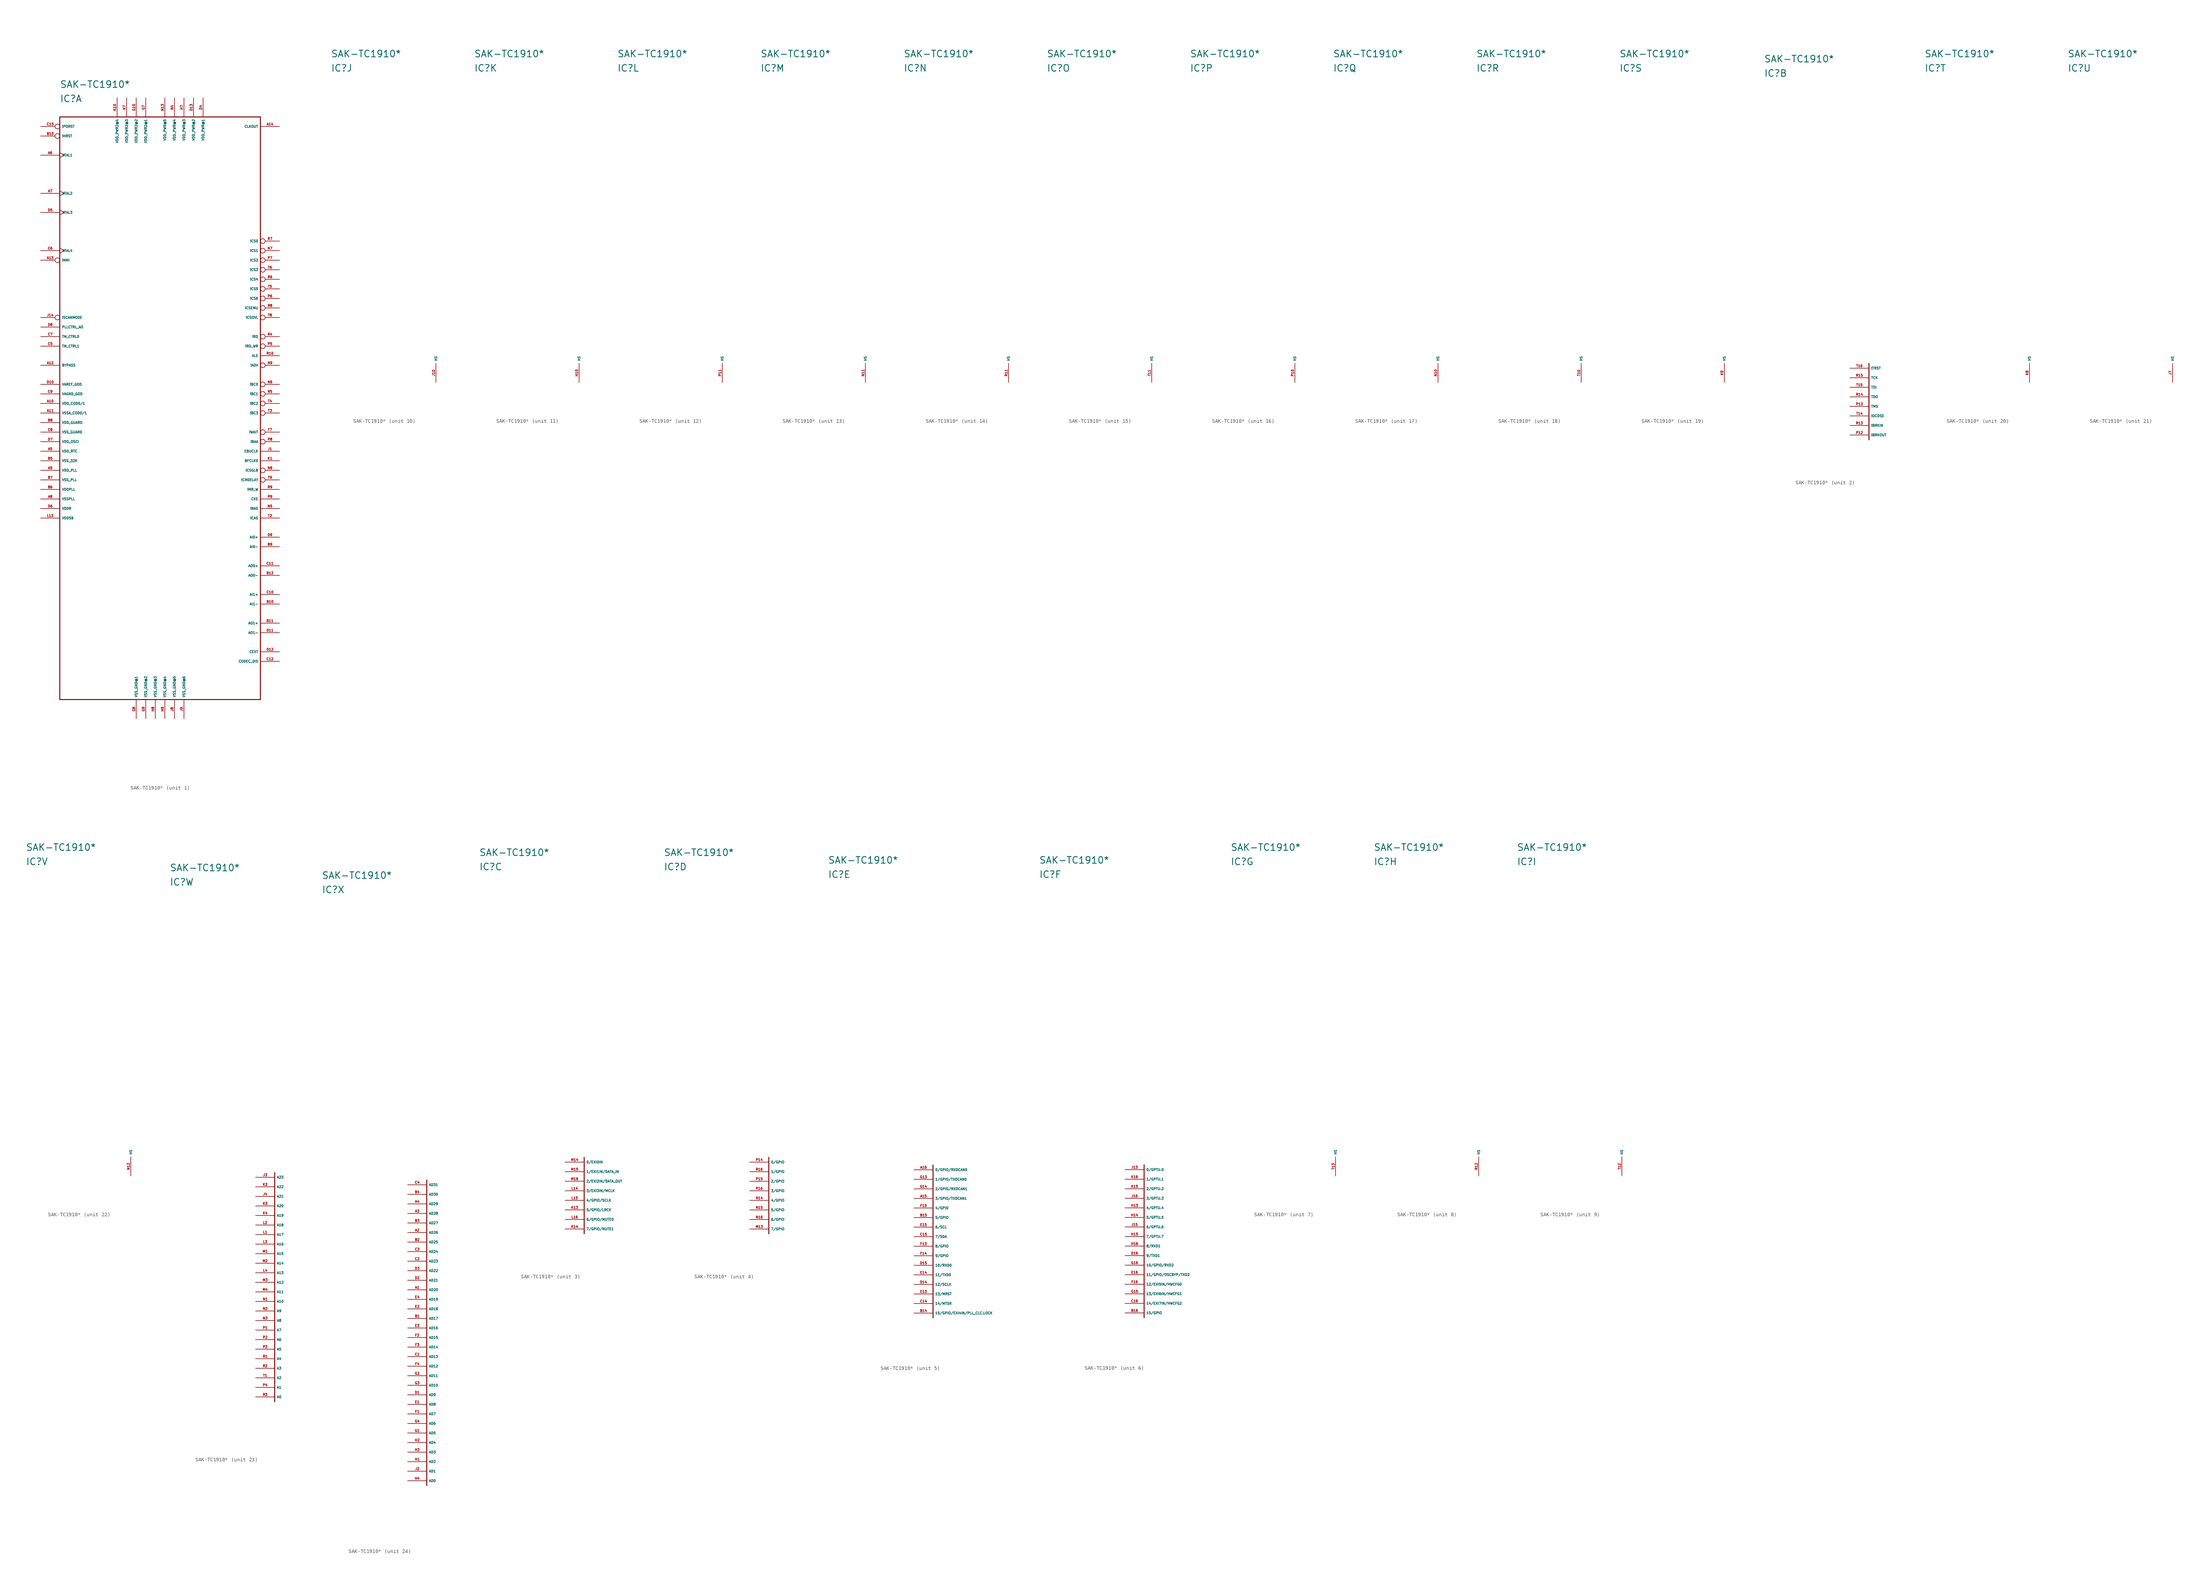
<source format=kicad_sym>
(kicad_symbol_lib
  (version 20220914)
  (generator Eagle2Kicad)
  (symbol "SAK-TC1910*"
    (property "Reference" "IC"
      (at -27.94 77.47 0)
      (effects (font (size 1.778 1.778) (thickness 0.22)) (justify left bottom)))
    (property "Value" "SAK-TC1910*"
      (at -27.94 81.28 0)
      (effects (font (size 1.778 1.778) (thickness 0.22)) (justify left bottom)))
    (symbol "SAK-TC1910*_1_0"
      (polyline (pts (xy 25.4 73.66) (xy 25.4 -81.28)) (stroke (width 0.254) (type default)) (fill (type none)))
      (polyline (pts (xy 25.4 -81.28) (xy -27.94 -81.28)) (stroke (width 0.254) (type default)) (fill (type none)))
      (polyline (pts (xy -27.94 -81.28) (xy -27.94 73.66)) (stroke (width 0.254) (type default)) (fill (type none)))
      (polyline (pts (xy -27.94 73.66) (xy 25.4 73.66)) (stroke (width 0.254) (type default)) (fill (type none)))
      (pin bidirectional inverted (at 30.48 15.24 180) (length 5.08) (name "!RD" (effects (font (size 0.635 0.635) (thickness 0.08)) (justify left bottom))) (number "R4" (effects (font (size 0.635 0.635) (thickness 0.08)) (justify left bottom))))
      (pin output inverted (at 30.48 40.64 180) (length 5.08) (name "!CS0" (effects (font (size 0.635 0.635) (thickness 0.08)) (justify left bottom))) (number "R7" (effects (font (size 0.635 0.635) (thickness 0.08)) (justify left bottom))))
      (pin input inverted (at -33.02 71.12 0) (length 5.08) (name "!PORST" (effects (font (size 0.635 0.635) (thickness 0.08)) (justify left bottom))) (number "C13" (effects (font (size 0.635 0.635) (thickness 0.08)) (justify left bottom))))
      (pin output line (at 30.48 71.12 180) (length 5.08) (name "CLKOUT" (effects (font (size 0.635 0.635) (thickness 0.08)) (justify left bottom))) (number "A14" (effects (font (size 0.635 0.635) (thickness 0.08)) (justify left bottom))))
      (pin bidirectional inverted (at 30.48 -10.16 180) (length 5.08) (name "!WAIT" (effects (font (size 0.635 0.635) (thickness 0.08)) (justify left bottom))) (number "T7" (effects (font (size 0.635 0.635) (thickness 0.08)) (justify left bottom))))
      (pin output line (at 30.48 -25.4 180) (length 5.08) (name "!MR_W" (effects (font (size 0.635 0.635) (thickness 0.08)) (justify left bottom))) (number "R9" (effects (font (size 0.635 0.635) (thickness 0.08)) (justify left bottom))))
      (pin output line (at 30.48 10.16 180) (length 5.08) (name "ALE" (effects (font (size 0.635 0.635) (thickness 0.08)) (justify left bottom))) (number "R10" (effects (font (size 0.635 0.635) (thickness 0.08)) (justify left bottom))))
      (pin output inverted (at 30.48 -12.7 180) (length 5.08) (name "!BAA" (effects (font (size 0.635 0.635) (thickness 0.08)) (justify left bottom))) (number "P8" (effects (font (size 0.635 0.635) (thickness 0.08)) (justify left bottom))))
      (pin output line (at 30.48 -30.48 180) (length 5.08) (name "!RAS" (effects (font (size 0.635 0.635) (thickness 0.08)) (justify left bottom))) (number "N5" (effects (font (size 0.635 0.635) (thickness 0.08)) (justify left bottom))))
      (pin output line (at 30.48 -33.02 180) (length 5.08) (name "!CAS" (effects (font (size 0.635 0.635) (thickness 0.08)) (justify left bottom))) (number "T2" (effects (font (size 0.635 0.635) (thickness 0.08)) (justify left bottom))))
      (pin output inverted (at 30.48 38.1 180) (length 5.08) (name "!CS1" (effects (font (size 0.635 0.635) (thickness 0.08)) (justify left bottom))) (number "N7" (effects (font (size 0.635 0.635) (thickness 0.08)) (justify left bottom))))
      (pin output inverted (at 30.48 35.56 180) (length 5.08) (name "!CS2" (effects (font (size 0.635 0.635) (thickness 0.08)) (justify left bottom))) (number "P7" (effects (font (size 0.635 0.635) (thickness 0.08)) (justify left bottom))))
      (pin output inverted (at 30.48 33.02 180) (length 5.08) (name "!CS3" (effects (font (size 0.635 0.635) (thickness 0.08)) (justify left bottom))) (number "T6" (effects (font (size 0.635 0.635) (thickness 0.08)) (justify left bottom))))
      (pin output inverted (at 30.48 30.48 180) (length 5.08) (name "!CS4" (effects (font (size 0.635 0.635) (thickness 0.08)) (justify left bottom))) (number "R6" (effects (font (size 0.635 0.635) (thickness 0.08)) (justify left bottom))))
      (pin output inverted (at 30.48 27.94 180) (length 5.08) (name "!CS5" (effects (font (size 0.635 0.635) (thickness 0.08)) (justify left bottom))) (number "T5" (effects (font (size 0.635 0.635) (thickness 0.08)) (justify left bottom))))
      (pin output inverted (at 30.48 25.4 180) (length 5.08) (name "!CS6" (effects (font (size 0.635 0.635) (thickness 0.08)) (justify left bottom))) (number "P6" (effects (font (size 0.635 0.635) (thickness 0.08)) (justify left bottom))))
      (pin output inverted (at 30.48 -20.32 180) (length 5.08) (name "!CSGLB" (effects (font (size 0.635 0.635) (thickness 0.08)) (justify left bottom))) (number "N8" (effects (font (size 0.635 0.635) (thickness 0.08)) (justify left bottom))))
      (pin output line (at 30.48 -27.94 180) (length 5.08) (name "CKE" (effects (font (size 0.635 0.635) (thickness 0.08)) (justify left bottom))) (number "P9" (effects (font (size 0.635 0.635) (thickness 0.08)) (justify left bottom))))
      (pin output line (at 30.48 -15.24 180) (length 5.08) (name "EBUCLK" (effects (font (size 0.635 0.635) (thickness 0.08)) (justify left bottom))) (number "J1" (effects (font (size 0.635 0.635) (thickness 0.08)) (justify left bottom))))
      (pin output inverted (at 30.48 7.62 180) (length 5.08) (name "!ADV" (effects (font (size 0.635 0.635) (thickness 0.08)) (justify left bottom))) (number "N9" (effects (font (size 0.635 0.635) (thickness 0.08)) (justify left bottom))))
      (pin input inverted (at 30.48 -22.86 180) (length 5.08) (name "!CMDELAY" (effects (font (size 0.635 0.635) (thickness 0.08)) (justify left bottom))) (number "T9" (effects (font (size 0.635 0.635) (thickness 0.08)) (justify left bottom))))
      (pin input inverted (at -33.02 20.32 0) (length 5.08) (name "!SCANMODE" (effects (font (size 0.635 0.635) (thickness 0.08)) (justify left bottom))) (number "J14" (effects (font (size 0.635 0.635) (thickness 0.08)) (justify left bottom))))
      (pin input line (at -33.02 15.24 0) (length 5.08) (name "TM_CTRL0" (effects (font (size 0.635 0.635) (thickness 0.08)) (justify left bottom))) (number "C7" (effects (font (size 0.635 0.635) (thickness 0.08)) (justify left bottom))))
      (pin input line (at -33.02 12.7 0) (length 5.08) (name "TM_CTRL1" (effects (font (size 0.635 0.635) (thickness 0.08)) (justify left bottom))) (number "C5" (effects (font (size 0.635 0.635) (thickness 0.08)) (justify left bottom))))
      (pin input clock (at -33.02 63.5 0) (length 5.08) (name "XTAL1" (effects (font (size 0.635 0.635) (thickness 0.08)) (justify left bottom))) (number "A6" (effects (font (size 0.635 0.635) (thickness 0.08)) (justify left bottom))))
      (pin output clock (at -33.02 53.34 0) (length 5.08) (name "XTAL2" (effects (font (size 0.635 0.635) (thickness 0.08)) (justify left bottom))) (number "A7" (effects (font (size 0.635 0.635) (thickness 0.08)) (justify left bottom))))
      (pin bidirectional inverted (at 30.48 2.54 180) (length 5.08) (name "!BC0" (effects (font (size 0.635 0.635) (thickness 0.08)) (justify left bottom))) (number "N6" (effects (font (size 0.635 0.635) (thickness 0.08)) (justify left bottom))))
      (pin bidirectional inverted (at 30.48 0 180) (length 5.08) (name "!BC1" (effects (font (size 0.635 0.635) (thickness 0.08)) (justify left bottom))) (number "R5" (effects (font (size 0.635 0.635) (thickness 0.08)) (justify left bottom))))
      (pin bidirectional inverted (at 30.48 -2.54 180) (length 5.08) (name "!BC2" (effects (font (size 0.635 0.635) (thickness 0.08)) (justify left bottom))) (number "T4" (effects (font (size 0.635 0.635) (thickness 0.08)) (justify left bottom))))
      (pin bidirectional inverted (at 30.48 -5.08 180) (length 5.08) (name "!BC3" (effects (font (size 0.635 0.635) (thickness 0.08)) (justify left bottom))) (number "T3" (effects (font (size 0.635 0.635) (thickness 0.08)) (justify left bottom))))
      (pin bidirectional inverted (at 30.48 12.7 180) (length 5.08) (name "!RD_WR" (effects (font (size 0.635 0.635) (thickness 0.08)) (justify left bottom))) (number "P5" (effects (font (size 0.635 0.635) (thickness 0.08)) (justify left bottom))))
      (pin output line (at 30.48 -17.78 180) (length 5.08) (name "BFCLK0" (effects (font (size 0.635 0.635) (thickness 0.08)) (justify left bottom))) (number "K1" (effects (font (size 0.635 0.635) (thickness 0.08)) (justify left bottom))))
      (pin input line (at 30.48 -38.1 180) (length 5.08) (name "AI0+" (effects (font (size 0.635 0.635) (thickness 0.08)) (justify left bottom))) (number "D9" (effects (font (size 0.635 0.635) (thickness 0.08)) (justify left bottom))))
      (pin input line (at 30.48 -40.64 180) (length 5.08) (name "AI0-" (effects (font (size 0.635 0.635) (thickness 0.08)) (justify left bottom))) (number "B9" (effects (font (size 0.635 0.635) (thickness 0.08)) (justify left bottom))))
      (pin output line (at 30.48 -45.72 180) (length 5.08) (name "AO0+" (effects (font (size 0.635 0.635) (thickness 0.08)) (justify left bottom))) (number "C11" (effects (font (size 0.635 0.635) (thickness 0.08)) (justify left bottom))))
      (pin output line (at 30.48 -48.26 180) (length 5.08) (name "AO0-" (effects (font (size 0.635 0.635) (thickness 0.08)) (justify left bottom))) (number "B12" (effects (font (size 0.635 0.635) (thickness 0.08)) (justify left bottom))))
      (pin input line (at 30.48 -53.34 180) (length 5.08) (name "AI1+" (effects (font (size 0.635 0.635) (thickness 0.08)) (justify left bottom))) (number "C10" (effects (font (size 0.635 0.635) (thickness 0.08)) (justify left bottom))))
      (pin input line (at 30.48 -55.88 180) (length 5.08) (name "AI1-" (effects (font (size 0.635 0.635) (thickness 0.08)) (justify left bottom))) (number "B10" (effects (font (size 0.635 0.635) (thickness 0.08)) (justify left bottom))))
      (pin output line (at 30.48 -60.96 180) (length 5.08) (name "AO1+" (effects (font (size 0.635 0.635) (thickness 0.08)) (justify left bottom))) (number "B11" (effects (font (size 0.635 0.635) (thickness 0.08)) (justify left bottom))))
      (pin output line (at 30.48 -63.5 180) (length 5.08) (name "AO1-" (effects (font (size 0.635 0.635) (thickness 0.08)) (justify left bottom))) (number "D11" (effects (font (size 0.635 0.635) (thickness 0.08)) (justify left bottom))))
      (pin input line (at 30.48 -68.58 180) (length 5.08) (name "CEXT" (effects (font (size 0.635 0.635) (thickness 0.08)) (justify left bottom))) (number "D12" (effects (font (size 0.635 0.635) (thickness 0.08)) (justify left bottom))))
      (pin input line (at 30.48 -71.12 180) (length 5.08) (name "CODEC_DIS" (effects (font (size 0.635 0.635) (thickness 0.08)) (justify left bottom))) (number "C12" (effects (font (size 0.635 0.635) (thickness 0.08)) (justify left bottom))))
      (pin output inverted (at 30.48 22.86 180) (length 5.08) (name "!CSEMU" (effects (font (size 0.635 0.635) (thickness 0.08)) (justify left bottom))) (number "R8" (effects (font (size 0.635 0.635) (thickness 0.08)) (justify left bottom))))
      (pin output inverted (at 30.48 20.32 180) (length 5.08) (name "!CSOVL" (effects (font (size 0.635 0.635) (thickness 0.08)) (justify left bottom))) (number "T8" (effects (font (size 0.635 0.635) (thickness 0.08)) (justify left bottom))))
      (pin input line (at -33.02 17.78 0) (length 5.08) (name "PLLCTRL_AO" (effects (font (size 0.635 0.635) (thickness 0.08)) (justify left bottom))) (number "D8" (effects (font (size 0.635 0.635) (thickness 0.08)) (justify left bottom))))
      (pin input clock (at -33.02 48.26 0) (length 5.08) (name "XTAL3" (effects (font (size 0.635 0.635) (thickness 0.08)) (justify left bottom))) (number "D5" (effects (font (size 0.635 0.635) (thickness 0.08)) (justify left bottom))))
      (pin output clock (at -33.02 38.1 0) (length 5.08) (name "XTAL4" (effects (font (size 0.635 0.635) (thickness 0.08)) (justify left bottom))) (number "C6" (effects (font (size 0.635 0.635) (thickness 0.08)) (justify left bottom))))
      (pin input line (at -33.02 2.54 0) (length 5.08) (name "VAREF_GOD" (effects (font (size 0.635 0.635) (thickness 0.08)) (justify left bottom))) (number "D10" (effects (font (size 0.635 0.635) (thickness 0.08)) (justify left bottom))))
      (pin input line (at -33.02 0 0) (length 5.08) (name "VAGND_GOD" (effects (font (size 0.635 0.635) (thickness 0.08)) (justify left bottom))) (number "C9" (effects (font (size 0.635 0.635) (thickness 0.08)) (justify left bottom))))
      (pin input line (at -33.02 -2.54 0) (length 5.08) (name "VDD_COD0/1" (effects (font (size 0.635 0.635) (thickness 0.08)) (justify left bottom))) (number "A10" (effects (font (size 0.635 0.635) (thickness 0.08)) (justify left bottom))))
      (pin input line (at -33.02 -5.08 0) (length 5.08) (name "VSSA_COD0/1" (effects (font (size 0.635 0.635) (thickness 0.08)) (justify left bottom))) (number "A11" (effects (font (size 0.635 0.635) (thickness 0.08)) (justify left bottom))))
      (pin input line (at -33.02 -7.62 0) (length 5.08) (name "VDD_GUARD" (effects (font (size 0.635 0.635) (thickness 0.08)) (justify left bottom))) (number "B8" (effects (font (size 0.635 0.635) (thickness 0.08)) (justify left bottom))))
      (pin input line (at -33.02 -10.16 0) (length 5.08) (name "VSS_GUARD" (effects (font (size 0.635 0.635) (thickness 0.08)) (justify left bottom))) (number "C8" (effects (font (size 0.635 0.635) (thickness 0.08)) (justify left bottom))))
      (pin input line (at -33.02 -12.7 0) (length 5.08) (name "VDD_OSCI" (effects (font (size 0.635 0.635) (thickness 0.08)) (justify left bottom))) (number "D7" (effects (font (size 0.635 0.635) (thickness 0.08)) (justify left bottom))))
      (pin input line (at -33.02 -15.24 0) (length 5.08) (name "VDD_RTC" (effects (font (size 0.635 0.635) (thickness 0.08)) (justify left bottom))) (number "A5" (effects (font (size 0.635 0.635) (thickness 0.08)) (justify left bottom))))
      (pin input line (at -33.02 -17.78 0) (length 5.08) (name "VSS_32K" (effects (font (size 0.635 0.635) (thickness 0.08)) (justify left bottom))) (number "B5" (effects (font (size 0.635 0.635) (thickness 0.08)) (justify left bottom))))
      (pin input line (at -33.02 -20.32 0) (length 5.08) (name "VDD_PLL" (effects (font (size 0.635 0.635) (thickness 0.08)) (justify left bottom))) (number "A9" (effects (font (size 0.635 0.635) (thickness 0.08)) (justify left bottom))))
      (pin input line (at -33.02 -22.86 0) (length 5.08) (name "VSS_PLL" (effects (font (size 0.635 0.635) (thickness 0.08)) (justify left bottom))) (number "B7" (effects (font (size 0.635 0.635) (thickness 0.08)) (justify left bottom))))
      (pin input line (at -33.02 -25.4 0) (length 5.08) (name "VDDPLL" (effects (font (size 0.635 0.635) (thickness 0.08)) (justify left bottom))) (number "B6" (effects (font (size 0.635 0.635) (thickness 0.08)) (justify left bottom))))
      (pin input line (at -33.02 -27.94 0) (length 5.08) (name "VSSPLL" (effects (font (size 0.635 0.635) (thickness 0.08)) (justify left bottom))) (number "A8" (effects (font (size 0.635 0.635) (thickness 0.08)) (justify left bottom))))
      (pin input line (at -33.02 -30.48 0) (length 5.08) (name "VDDR" (effects (font (size 0.635 0.635) (thickness 0.08)) (justify left bottom))) (number "D6" (effects (font (size 0.635 0.635) (thickness 0.08)) (justify left bottom))))
      (pin input line (at -33.02 -33.02 0) (length 5.08) (name "VDDSB" (effects (font (size 0.635 0.635) (thickness 0.08)) (justify left bottom))) (number "L13" (effects (font (size 0.635 0.635) (thickness 0.08)) (justify left bottom))))
      (pin input line (at 10.16 78.74 270) (length 5.08) (name "VDD_PWR@1" (effects (font (size 0.635 0.635) (thickness 0.08)) (justify left bottom))) (number "D4" (effects (font (size 0.635 0.635) (thickness 0.08)) (justify left bottom))))
      (pin input line (at 7.62 78.74 270) (length 5.08) (name "VDD_PWR@2" (effects (font (size 0.635 0.635) (thickness 0.08)) (justify left bottom))) (number "D13" (effects (font (size 0.635 0.635) (thickness 0.08)) (justify left bottom))))
      (pin input line (at 5.08 78.74 270) (length 5.08) (name "VDD_PWR@3" (effects (font (size 0.635 0.635) (thickness 0.08)) (justify left bottom))) (number "H7" (effects (font (size 0.635 0.635) (thickness 0.08)) (justify left bottom))))
      (pin input line (at 2.54 78.74 270) (length 5.08) (name "VDD_PWR@4" (effects (font (size 0.635 0.635) (thickness 0.08)) (justify left bottom))) (number "N4" (effects (font (size 0.635 0.635) (thickness 0.08)) (justify left bottom))))
      (pin input line (at 0 78.74 270) (length 5.08) (name "VDD_PWR@5" (effects (font (size 0.635 0.635) (thickness 0.08)) (justify left bottom))) (number "N13" (effects (font (size 0.635 0.635) (thickness 0.08)) (justify left bottom))))
      (pin input line (at -5.08 78.74 270) (length 5.08) (name "VDD_PWR2@1" (effects (font (size 0.635 0.635) (thickness 0.08)) (justify left bottom))) (number "G7" (effects (font (size 0.635 0.635) (thickness 0.08)) (justify left bottom))))
      (pin input line (at -7.62 78.74 270) (length 5.08) (name "VDD_PWR2@2" (effects (font (size 0.635 0.635) (thickness 0.08)) (justify left bottom))) (number "G10" (effects (font (size 0.635 0.635) (thickness 0.08)) (justify left bottom))))
      (pin input line (at -10.16 78.74 270) (length 5.08) (name "VDD_PWR2@3" (effects (font (size 0.635 0.635) (thickness 0.08)) (justify left bottom))) (number "K7" (effects (font (size 0.635 0.635) (thickness 0.08)) (justify left bottom))))
      (pin input line (at -12.7 78.74 270) (length 5.08) (name "VDD_PWR2@4" (effects (font (size 0.635 0.635) (thickness 0.08)) (justify left bottom))) (number "K10" (effects (font (size 0.635 0.635) (thickness 0.08)) (justify left bottom))))
      (pin input line (at -7.62 -86.36 90) (length 5.08) (name "VSS_GND@1" (effects (font (size 0.635 0.635) (thickness 0.08)) (justify left bottom))) (number "G8" (effects (font (size 0.635 0.635) (thickness 0.08)) (justify left bottom))))
      (pin input line (at -5.08 -86.36 90) (length 5.08) (name "VSS_GND@2" (effects (font (size 0.635 0.635) (thickness 0.08)) (justify left bottom))) (number "G9" (effects (font (size 0.635 0.635) (thickness 0.08)) (justify left bottom))))
      (pin input line (at -2.54 -86.36 90) (length 5.08) (name "VSS_GND@3" (effects (font (size 0.635 0.635) (thickness 0.08)) (justify left bottom))) (number "H8" (effects (font (size 0.635 0.635) (thickness 0.08)) (justify left bottom))))
      (pin input line (at 0 -86.36 90) (length 5.08) (name "VSS_GND@4" (effects (font (size 0.635 0.635) (thickness 0.08)) (justify left bottom))) (number "H9" (effects (font (size 0.635 0.635) (thickness 0.08)) (justify left bottom))))
      (pin input line (at 2.54 -86.36 90) (length 5.08) (name "VSS_GND@5" (effects (font (size 0.635 0.635) (thickness 0.08)) (justify left bottom))) (number "J8" (effects (font (size 0.635 0.635) (thickness 0.08)) (justify left bottom))))
      (pin input line (at 5.08 -86.36 90) (length 5.08) (name "VSS_GND@6" (effects (font (size 0.635 0.635) (thickness 0.08)) (justify left bottom))) (number "J9" (effects (font (size 0.635 0.635) (thickness 0.08)) (justify left bottom))))
      (pin input inverted (at -33.02 35.56 0) (length 5.08) (name "!NMI" (effects (font (size 0.635 0.635) (thickness 0.08)) (justify left bottom))) (number "A13" (effects (font (size 0.635 0.635) (thickness 0.08)) (justify left bottom))))
      (pin input line (at -33.02 7.62 0) (length 5.08) (name "BYPASS" (effects (font (size 0.635 0.635) (thickness 0.08)) (justify left bottom))) (number "A12" (effects (font (size 0.635 0.635) (thickness 0.08)) (justify left bottom))))
      (pin bidirectional inverted (at -33.02 68.58 0) (length 5.08) (name "!HRST" (effects (font (size 0.635 0.635) (thickness 0.08)) (justify left bottom))) (number "B13" (effects (font (size 0.635 0.635) (thickness 0.08)) (justify left bottom)))))
    (symbol "SAK-TC1910*_2_0"
      (polyline (pts (xy 0 1.27) (xy 0 -19.05)) (stroke (width 0.254) (type default)) (fill (type none)))
      (pin input line (at -5.08 0 0) (length 5.08) (name "!TRST" (effects (font (size 0.635 0.635) (thickness 0.08)) (justify left bottom))) (number "T16" (effects (font (size 0.635 0.635) (thickness 0.08)) (justify left bottom))))
      (pin input line (at -5.08 -2.54 0) (length 5.08) (name "TCK" (effects (font (size 0.635 0.635) (thickness 0.08)) (justify left bottom))) (number "R15" (effects (font (size 0.635 0.635) (thickness 0.08)) (justify left bottom))))
      (pin input line (at -5.08 -5.08 0) (length 5.08) (name "TDI" (effects (font (size 0.635 0.635) (thickness 0.08)) (justify left bottom))) (number "T15" (effects (font (size 0.635 0.635) (thickness 0.08)) (justify left bottom))))
      (pin output line (at -5.08 -7.62 0) (length 5.08) (name "TDO" (effects (font (size 0.635 0.635) (thickness 0.08)) (justify left bottom))) (number "R14" (effects (font (size 0.635 0.635) (thickness 0.08)) (justify left bottom))))
      (pin input line (at -5.08 -10.16 0) (length 5.08) (name "TMS" (effects (font (size 0.635 0.635) (thickness 0.08)) (justify left bottom))) (number "P13" (effects (font (size 0.635 0.635) (thickness 0.08)) (justify left bottom))))
      (pin input line (at -5.08 -12.7 0) (length 5.08) (name "!OCDSE" (effects (font (size 0.635 0.635) (thickness 0.08)) (justify left bottom))) (number "T14" (effects (font (size 0.635 0.635) (thickness 0.08)) (justify left bottom))))
      (pin input line (at -5.08 -15.24 0) (length 5.08) (name "!BRKIN" (effects (font (size 0.635 0.635) (thickness 0.08)) (justify left bottom))) (number "R13" (effects (font (size 0.635 0.635) (thickness 0.08)) (justify left bottom))))
      (pin output line (at -5.08 -17.78 0) (length 5.08) (name "!BRKOUT" (effects (font (size 0.635 0.635) (thickness 0.08)) (justify left bottom))) (number "P12" (effects (font (size 0.635 0.635) (thickness 0.08)) (justify left bottom)))))
    (symbol "SAK-TC1910*_3_0"
      (polyline (pts (xy 0 1.27) (xy 0 -19.05)) (stroke (width 0.254) (type default)) (fill (type none)))
      (pin bidirectional line (at -5.08 0 0) (length 5.08) (name "0/EXI0IN" (effects (font (size 0.635 0.635) (thickness 0.08)) (justify left bottom))) (number "M14" (effects (font (size 0.635 0.635) (thickness 0.08)) (justify left bottom))))
      (pin bidirectional line (at -5.08 -2.54 0) (length 5.08) (name "1/EXI1IN/DATA_IN" (effects (font (size 0.635 0.635) (thickness 0.08)) (justify left bottom))) (number "M15" (effects (font (size 0.635 0.635) (thickness 0.08)) (justify left bottom))))
      (pin bidirectional line (at -5.08 -5.08 0) (length 5.08) (name "2/EXI2IN/DATA_OUT" (effects (font (size 0.635 0.635) (thickness 0.08)) (justify left bottom))) (number "M16" (effects (font (size 0.635 0.635) (thickness 0.08)) (justify left bottom))))
      (pin bidirectional line (at -5.08 -7.62 0) (length 5.08) (name "3/EXI3IN/MCLK" (effects (font (size 0.635 0.635) (thickness 0.08)) (justify left bottom))) (number "L14" (effects (font (size 0.635 0.635) (thickness 0.08)) (justify left bottom))))
      (pin bidirectional line (at -5.08 -10.16 0) (length 5.08) (name "4/GPIO/SCLK" (effects (font (size 0.635 0.635) (thickness 0.08)) (justify left bottom))) (number "L15" (effects (font (size 0.635 0.635) (thickness 0.08)) (justify left bottom))))
      (pin bidirectional line (at -5.08 -12.7 0) (length 5.08) (name "5/GPIO/LRCK" (effects (font (size 0.635 0.635) (thickness 0.08)) (justify left bottom))) (number "K13" (effects (font (size 0.635 0.635) (thickness 0.08)) (justify left bottom))))
      (pin bidirectional line (at -5.08 -15.24 0) (length 5.08) (name "6/GPIO/MUTE0" (effects (font (size 0.635 0.635) (thickness 0.08)) (justify left bottom))) (number "L16" (effects (font (size 0.635 0.635) (thickness 0.08)) (justify left bottom))))
      (pin bidirectional line (at -5.08 -17.78 0) (length 5.08) (name "7/GPIO/MUTE1" (effects (font (size 0.635 0.635) (thickness 0.08)) (justify left bottom))) (number "K14" (effects (font (size 0.635 0.635) (thickness 0.08)) (justify left bottom)))))
    (symbol "SAK-TC1910*_4_0"
      (polyline (pts (xy 0 1.27) (xy 0 -19.05)) (stroke (width 0.254) (type default)) (fill (type none)))
      (pin bidirectional line (at -5.08 0 0) (length 5.08) (name "0/GPIO" (effects (font (size 0.635 0.635) (thickness 0.08)) (justify left bottom))) (number "P14" (effects (font (size 0.635 0.635) (thickness 0.08)) (justify left bottom))))
      (pin bidirectional line (at -5.08 -2.54 0) (length 5.08) (name "1/GPIO" (effects (font (size 0.635 0.635) (thickness 0.08)) (justify left bottom))) (number "R16" (effects (font (size 0.635 0.635) (thickness 0.08)) (justify left bottom))))
      (pin bidirectional line (at -5.08 -5.08 0) (length 5.08) (name "2/GPIO" (effects (font (size 0.635 0.635) (thickness 0.08)) (justify left bottom))) (number "P15" (effects (font (size 0.635 0.635) (thickness 0.08)) (justify left bottom))))
      (pin bidirectional line (at -5.08 -7.62 0) (length 5.08) (name "3/GPIO" (effects (font (size 0.635 0.635) (thickness 0.08)) (justify left bottom))) (number "P16" (effects (font (size 0.635 0.635) (thickness 0.08)) (justify left bottom))))
      (pin bidirectional line (at -5.08 -10.16 0) (length 5.08) (name "4/GPIO" (effects (font (size 0.635 0.635) (thickness 0.08)) (justify left bottom))) (number "N14" (effects (font (size 0.635 0.635) (thickness 0.08)) (justify left bottom))))
      (pin bidirectional line (at -5.08 -12.7 0) (length 5.08) (name "5/GPIO" (effects (font (size 0.635 0.635) (thickness 0.08)) (justify left bottom))) (number "N15" (effects (font (size 0.635 0.635) (thickness 0.08)) (justify left bottom))))
      (pin bidirectional line (at -5.08 -15.24 0) (length 5.08) (name "6/GPIO" (effects (font (size 0.635 0.635) (thickness 0.08)) (justify left bottom))) (number "N16" (effects (font (size 0.635 0.635) (thickness 0.08)) (justify left bottom))))
      (pin bidirectional line (at -5.08 -17.78 0) (length 5.08) (name "7/GPIO" (effects (font (size 0.635 0.635) (thickness 0.08)) (justify left bottom))) (number "M13" (effects (font (size 0.635 0.635) (thickness 0.08)) (justify left bottom)))))
    (symbol "SAK-TC1910*_5_0"
      (polyline (pts (xy 0 1.27) (xy 0 -39.37)) (stroke (width 0.254) (type default)) (fill (type none)))
      (pin bidirectional line (at -5.08 0 0) (length 5.08) (name "0/GPIO/RXDCAN0" (effects (font (size 0.635 0.635) (thickness 0.08)) (justify left bottom))) (number "A16" (effects (font (size 0.635 0.635) (thickness 0.08)) (justify left bottom))))
      (pin bidirectional line (at -5.08 -2.54 0) (length 5.08) (name "1/GPIO/TXDCAN0" (effects (font (size 0.635 0.635) (thickness 0.08)) (justify left bottom))) (number "G13" (effects (font (size 0.635 0.635) (thickness 0.08)) (justify left bottom))))
      (pin bidirectional line (at -5.08 -5.08 0) (length 5.08) (name "2/GPIO/RXDCAN1" (effects (font (size 0.635 0.635) (thickness 0.08)) (justify left bottom))) (number "G14" (effects (font (size 0.635 0.635) (thickness 0.08)) (justify left bottom))))
      (pin bidirectional line (at -5.08 -7.62 0) (length 5.08) (name "3/GPIO/TXDCAN1" (effects (font (size 0.635 0.635) (thickness 0.08)) (justify left bottom))) (number "A15" (effects (font (size 0.635 0.635) (thickness 0.08)) (justify left bottom))))
      (pin bidirectional line (at -5.08 -10.16 0) (length 5.08) (name "4/GPIO" (effects (font (size 0.635 0.635) (thickness 0.08)) (justify left bottom))) (number "F15" (effects (font (size 0.635 0.635) (thickness 0.08)) (justify left bottom))))
      (pin bidirectional line (at -5.08 -12.7 0) (length 5.08) (name "5/GPIO" (effects (font (size 0.635 0.635) (thickness 0.08)) (justify left bottom))) (number "B15" (effects (font (size 0.635 0.635) (thickness 0.08)) (justify left bottom))))
      (pin bidirectional line (at -5.08 -15.24 0) (length 5.08) (name "6/SCL" (effects (font (size 0.635 0.635) (thickness 0.08)) (justify left bottom))) (number "E15" (effects (font (size 0.635 0.635) (thickness 0.08)) (justify left bottom))))
      (pin bidirectional line (at -5.08 -17.78 0) (length 5.08) (name "7/SDA" (effects (font (size 0.635 0.635) (thickness 0.08)) (justify left bottom))) (number "C15" (effects (font (size 0.635 0.635) (thickness 0.08)) (justify left bottom))))
      (pin bidirectional line (at -5.08 -20.32 0) (length 5.08) (name "8/GPIO" (effects (font (size 0.635 0.635) (thickness 0.08)) (justify left bottom))) (number "F13" (effects (font (size 0.635 0.635) (thickness 0.08)) (justify left bottom))))
      (pin bidirectional line (at -5.08 -22.86 0) (length 5.08) (name "9/GPIO" (effects (font (size 0.635 0.635) (thickness 0.08)) (justify left bottom))) (number "F14" (effects (font (size 0.635 0.635) (thickness 0.08)) (justify left bottom))))
      (pin bidirectional line (at -5.08 -25.4 0) (length 5.08) (name "10/RXD0" (effects (font (size 0.635 0.635) (thickness 0.08)) (justify left bottom))) (number "D15" (effects (font (size 0.635 0.635) (thickness 0.08)) (justify left bottom))))
      (pin bidirectional line (at -5.08 -27.94 0) (length 5.08) (name "11/TXD0" (effects (font (size 0.635 0.635) (thickness 0.08)) (justify left bottom))) (number "E14" (effects (font (size 0.635 0.635) (thickness 0.08)) (justify left bottom))))
      (pin bidirectional line (at -5.08 -30.48 0) (length 5.08) (name "12/SCLK" (effects (font (size 0.635 0.635) (thickness 0.08)) (justify left bottom))) (number "D14" (effects (font (size 0.635 0.635) (thickness 0.08)) (justify left bottom))))
      (pin bidirectional line (at -5.08 -33.02 0) (length 5.08) (name "13/MRST" (effects (font (size 0.635 0.635) (thickness 0.08)) (justify left bottom))) (number "E13" (effects (font (size 0.635 0.635) (thickness 0.08)) (justify left bottom))))
      (pin bidirectional line (at -5.08 -35.56 0) (length 5.08) (name "14/MTSR" (effects (font (size 0.635 0.635) (thickness 0.08)) (justify left bottom))) (number "C14" (effects (font (size 0.635 0.635) (thickness 0.08)) (justify left bottom))))
      (pin bidirectional line (at -5.08 -38.1 0) (length 5.08) (name "15/GPIO/EXI4IN/PLL_CLC.LOCK" (effects (font (size 0.635 0.635) (thickness 0.08)) (justify left bottom))) (number "B14" (effects (font (size 0.635 0.635) (thickness 0.08)) (justify left bottom)))))
    (symbol "SAK-TC1910*_6_0"
      (polyline (pts (xy 0 1.27) (xy 0 -39.37)) (stroke (width 0.254) (type default)) (fill (type none)))
      (pin bidirectional line (at -5.08 0 0) (length 5.08) (name "0/GPTU.0" (effects (font (size 0.635 0.635) (thickness 0.08)) (justify left bottom))) (number "J13" (effects (font (size 0.635 0.635) (thickness 0.08)) (justify left bottom))))
      (pin bidirectional line (at -5.08 -2.54 0) (length 5.08) (name "1/GPTU.1" (effects (font (size 0.635 0.635) (thickness 0.08)) (justify left bottom))) (number "K16" (effects (font (size 0.635 0.635) (thickness 0.08)) (justify left bottom))))
      (pin bidirectional line (at -5.08 -5.08 0) (length 5.08) (name "2/GPTU.2" (effects (font (size 0.635 0.635) (thickness 0.08)) (justify left bottom))) (number "K15" (effects (font (size 0.635 0.635) (thickness 0.08)) (justify left bottom))))
      (pin bidirectional line (at -5.08 -7.62 0) (length 5.08) (name "3/GPTU.3" (effects (font (size 0.635 0.635) (thickness 0.08)) (justify left bottom))) (number "J16" (effects (font (size 0.635 0.635) (thickness 0.08)) (justify left bottom))))
      (pin bidirectional line (at -5.08 -10.16 0) (length 5.08) (name "4/GPTU.4" (effects (font (size 0.635 0.635) (thickness 0.08)) (justify left bottom))) (number "H13" (effects (font (size 0.635 0.635) (thickness 0.08)) (justify left bottom))))
      (pin bidirectional line (at -5.08 -12.7 0) (length 5.08) (name "5/GPTU.5" (effects (font (size 0.635 0.635) (thickness 0.08)) (justify left bottom))) (number "H14" (effects (font (size 0.635 0.635) (thickness 0.08)) (justify left bottom))))
      (pin bidirectional line (at -5.08 -15.24 0) (length 5.08) (name "6/GPTU.6" (effects (font (size 0.635 0.635) (thickness 0.08)) (justify left bottom))) (number "J15" (effects (font (size 0.635 0.635) (thickness 0.08)) (justify left bottom))))
      (pin bidirectional line (at -5.08 -17.78 0) (length 5.08) (name "7/GPTU.7" (effects (font (size 0.635 0.635) (thickness 0.08)) (justify left bottom))) (number "H15" (effects (font (size 0.635 0.635) (thickness 0.08)) (justify left bottom))))
      (pin bidirectional line (at -5.08 -20.32 0) (length 5.08) (name "8/RXD1" (effects (font (size 0.635 0.635) (thickness 0.08)) (justify left bottom))) (number "H16" (effects (font (size 0.635 0.635) (thickness 0.08)) (justify left bottom))))
      (pin bidirectional line (at -5.08 -22.86 0) (length 5.08) (name "9/TXD1" (effects (font (size 0.635 0.635) (thickness 0.08)) (justify left bottom))) (number "D16" (effects (font (size 0.635 0.635) (thickness 0.08)) (justify left bottom))))
      (pin bidirectional line (at -5.08 -25.4 0) (length 5.08) (name "10/GPIO/RXD2" (effects (font (size 0.635 0.635) (thickness 0.08)) (justify left bottom))) (number "G16" (effects (font (size 0.635 0.635) (thickness 0.08)) (justify left bottom))))
      (pin bidirectional line (at -5.08 -27.94 0) (length 5.08) (name "11/GPIO/OSCBYP/TXD2" (effects (font (size 0.635 0.635) (thickness 0.08)) (justify left bottom))) (number "E16" (effects (font (size 0.635 0.635) (thickness 0.08)) (justify left bottom))))
      (pin bidirectional line (at -5.08 -30.48 0) (length 5.08) (name "12/EXI5IN/HWCFG0" (effects (font (size 0.635 0.635) (thickness 0.08)) (justify left bottom))) (number "F16" (effects (font (size 0.635 0.635) (thickness 0.08)) (justify left bottom))))
      (pin bidirectional line (at -5.08 -33.02 0) (length 5.08) (name "13/EXI6IN/HWCFG1" (effects (font (size 0.635 0.635) (thickness 0.08)) (justify left bottom))) (number "G15" (effects (font (size 0.635 0.635) (thickness 0.08)) (justify left bottom))))
      (pin bidirectional line (at -5.08 -35.56 0) (length 5.08) (name "14/EXI7IN/HWCFG2" (effects (font (size 0.635 0.635) (thickness 0.08)) (justify left bottom))) (number "C16" (effects (font (size 0.635 0.635) (thickness 0.08)) (justify left bottom))))
      (pin bidirectional line (at -5.08 -38.1 0) (length 5.08) (name "15/GPIO" (effects (font (size 0.635 0.635) (thickness 0.08)) (justify left bottom))) (number "B16" (effects (font (size 0.635 0.635) (thickness 0.08)) (justify left bottom)))))
    (symbol "SAK-TC1910*_7_0"
      (pin input line (at 0 -5.08 90) (length 5.08) (name "HS" (effects (font (size 0.635 0.635) (thickness 0.08)) (justify left bottom))) (number "T13" (effects (font (size 0.635 0.635) (thickness 0.08)) (justify left bottom)))))
    (symbol "SAK-TC1910*_8_0"
      (pin input line (at 0 -5.08 90) (length 5.08) (name "HS" (effects (font (size 0.635 0.635) (thickness 0.08)) (justify left bottom))) (number "R12" (effects (font (size 0.635 0.635) (thickness 0.08)) (justify left bottom)))))
    (symbol "SAK-TC1910*_9_0"
      (pin input line (at 0 -5.08 90) (length 5.08) (name "HS" (effects (font (size 0.635 0.635) (thickness 0.08)) (justify left bottom))) (number "T12" (effects (font (size 0.635 0.635) (thickness 0.08)) (justify left bottom)))))
    (symbol "SAK-TC1910*_10_0"
      (pin input line (at 0 -5.08 90) (length 5.08) (name "HS" (effects (font (size 0.635 0.635) (thickness 0.08)) (justify left bottom))) (number "J10" (effects (font (size 0.635 0.635) (thickness 0.08)) (justify left bottom)))))
    (symbol "SAK-TC1910*_11_0"
      (pin input line (at 0 -5.08 90) (length 5.08) (name "HS" (effects (font (size 0.635 0.635) (thickness 0.08)) (justify left bottom))) (number "H10" (effects (font (size 0.635 0.635) (thickness 0.08)) (justify left bottom)))))
    (symbol "SAK-TC1910*_12_0"
      (pin input line (at 0 -5.08 90) (length 5.08) (name "HS" (effects (font (size 0.635 0.635) (thickness 0.08)) (justify left bottom))) (number "P11" (effects (font (size 0.635 0.635) (thickness 0.08)) (justify left bottom)))))
    (symbol "SAK-TC1910*_13_0"
      (pin input line (at 0 -5.08 90) (length 5.08) (name "HS" (effects (font (size 0.635 0.635) (thickness 0.08)) (justify left bottom))) (number "N11" (effects (font (size 0.635 0.635) (thickness 0.08)) (justify left bottom)))))
    (symbol "SAK-TC1910*_14_0"
      (pin input line (at 0 -5.08 90) (length 5.08) (name "HS" (effects (font (size 0.635 0.635) (thickness 0.08)) (justify left bottom))) (number "R11" (effects (font (size 0.635 0.635) (thickness 0.08)) (justify left bottom)))))
    (symbol "SAK-TC1910*_15_0"
      (pin input line (at 0 -5.08 90) (length 5.08) (name "HS" (effects (font (size 0.635 0.635) (thickness 0.08)) (justify left bottom))) (number "T11" (effects (font (size 0.635 0.635) (thickness 0.08)) (justify left bottom)))))
    (symbol "SAK-TC1910*_16_0"
      (pin input line (at 0 -5.08 90) (length 5.08) (name "HS" (effects (font (size 0.635 0.635) (thickness 0.08)) (justify left bottom))) (number "P10" (effects (font (size 0.635 0.635) (thickness 0.08)) (justify left bottom)))))
    (symbol "SAK-TC1910*_17_0"
      (pin input line (at 0 -5.08 90) (length 5.08) (name "HS" (effects (font (size 0.635 0.635) (thickness 0.08)) (justify left bottom))) (number "N10" (effects (font (size 0.635 0.635) (thickness 0.08)) (justify left bottom)))))
    (symbol "SAK-TC1910*_18_0"
      (pin input line (at 0 -5.08 90) (length 5.08) (name "HS" (effects (font (size 0.635 0.635) (thickness 0.08)) (justify left bottom))) (number "T10" (effects (font (size 0.635 0.635) (thickness 0.08)) (justify left bottom)))))
    (symbol "SAK-TC1910*_19_0"
      (pin input line (at 0 -5.08 90) (length 5.08) (name "HS" (effects (font (size 0.635 0.635) (thickness 0.08)) (justify left bottom))) (number "K9" (effects (font (size 0.635 0.635) (thickness 0.08)) (justify left bottom)))))
    (symbol "SAK-TC1910*_20_0"
      (pin input line (at 0 -5.08 90) (length 5.08) (name "HS" (effects (font (size 0.635 0.635) (thickness 0.08)) (justify left bottom))) (number "K8" (effects (font (size 0.635 0.635) (thickness 0.08)) (justify left bottom)))))
    (symbol "SAK-TC1910*_21_0"
      (pin input line (at 0 -5.08 90) (length 5.08) (name "HS" (effects (font (size 0.635 0.635) (thickness 0.08)) (justify left bottom))) (number "J7" (effects (font (size 0.635 0.635) (thickness 0.08)) (justify left bottom)))))
    (symbol "SAK-TC1910*_22_0"
      (pin input line (at 0 -5.08 90) (length 5.08) (name "HS" (effects (font (size 0.635 0.635) (thickness 0.08)) (justify left bottom))) (number "N12" (effects (font (size 0.635 0.635) (thickness 0.08)) (justify left bottom)))))
    (symbol "SAK-TC1910*_23_0"
      (polyline (pts (xy 0 1.27) (xy 0 -59.69)) (stroke (width 0.254) (type default)) (fill (type none)))
      (pin output line (at -5.08 -58.42 0) (length 5.08) (name "A0" (effects (font (size 0.635 0.635) (thickness 0.08)) (justify left bottom))) (number "R3" (effects (font (size 0.635 0.635) (thickness 0.08)) (justify left bottom))))
      (pin output line (at -5.08 -55.88 0) (length 5.08) (name "A1" (effects (font (size 0.635 0.635) (thickness 0.08)) (justify left bottom))) (number "P4" (effects (font (size 0.635 0.635) (thickness 0.08)) (justify left bottom))))
      (pin output line (at -5.08 -53.34 0) (length 5.08) (name "A2" (effects (font (size 0.635 0.635) (thickness 0.08)) (justify left bottom))) (number "T1" (effects (font (size 0.635 0.635) (thickness 0.08)) (justify left bottom))))
      (pin output line (at -5.08 -50.8 0) (length 5.08) (name "A3" (effects (font (size 0.635 0.635) (thickness 0.08)) (justify left bottom))) (number "R2" (effects (font (size 0.635 0.635) (thickness 0.08)) (justify left bottom))))
      (pin output line (at -5.08 -48.26 0) (length 5.08) (name "A4" (effects (font (size 0.635 0.635) (thickness 0.08)) (justify left bottom))) (number "R1" (effects (font (size 0.635 0.635) (thickness 0.08)) (justify left bottom))))
      (pin output line (at -5.08 -45.72 0) (length 5.08) (name "A5" (effects (font (size 0.635 0.635) (thickness 0.08)) (justify left bottom))) (number "P3" (effects (font (size 0.635 0.635) (thickness 0.08)) (justify left bottom))))
      (pin output line (at -5.08 -43.18 0) (length 5.08) (name "A6" (effects (font (size 0.635 0.635) (thickness 0.08)) (justify left bottom))) (number "P2" (effects (font (size 0.635 0.635) (thickness 0.08)) (justify left bottom))))
      (pin output line (at -5.08 -40.64 0) (length 5.08) (name "A7" (effects (font (size 0.635 0.635) (thickness 0.08)) (justify left bottom))) (number "P1" (effects (font (size 0.635 0.635) (thickness 0.08)) (justify left bottom))))
      (pin output line (at -5.08 -38.1 0) (length 5.08) (name "A8" (effects (font (size 0.635 0.635) (thickness 0.08)) (justify left bottom))) (number "N3" (effects (font (size 0.635 0.635) (thickness 0.08)) (justify left bottom))))
      (pin output line (at -5.08 -35.56 0) (length 5.08) (name "A9" (effects (font (size 0.635 0.635) (thickness 0.08)) (justify left bottom))) (number "N2" (effects (font (size 0.635 0.635) (thickness 0.08)) (justify left bottom))))
      (pin output line (at -5.08 -33.02 0) (length 5.08) (name "A10" (effects (font (size 0.635 0.635) (thickness 0.08)) (justify left bottom))) (number "N1" (effects (font (size 0.635 0.635) (thickness 0.08)) (justify left bottom))))
      (pin output line (at -5.08 -30.48 0) (length 5.08) (name "A11" (effects (font (size 0.635 0.635) (thickness 0.08)) (justify left bottom))) (number "M4" (effects (font (size 0.635 0.635) (thickness 0.08)) (justify left bottom))))
      (pin output line (at -5.08 -27.94 0) (length 5.08) (name "A12" (effects (font (size 0.635 0.635) (thickness 0.08)) (justify left bottom))) (number "M3" (effects (font (size 0.635 0.635) (thickness 0.08)) (justify left bottom))))
      (pin output line (at -5.08 -25.4 0) (length 5.08) (name "A13" (effects (font (size 0.635 0.635) (thickness 0.08)) (justify left bottom))) (number "L4" (effects (font (size 0.635 0.635) (thickness 0.08)) (justify left bottom))))
      (pin output line (at -5.08 -22.86 0) (length 5.08) (name "A14" (effects (font (size 0.635 0.635) (thickness 0.08)) (justify left bottom))) (number "M2" (effects (font (size 0.635 0.635) (thickness 0.08)) (justify left bottom))))
      (pin output line (at -5.08 -20.32 0) (length 5.08) (name "A15" (effects (font (size 0.635 0.635) (thickness 0.08)) (justify left bottom))) (number "M1" (effects (font (size 0.635 0.635) (thickness 0.08)) (justify left bottom))))
      (pin output line (at -5.08 -17.78 0) (length 5.08) (name "A16" (effects (font (size 0.635 0.635) (thickness 0.08)) (justify left bottom))) (number "L3" (effects (font (size 0.635 0.635) (thickness 0.08)) (justify left bottom))))
      (pin output line (at -5.08 -15.24 0) (length 5.08) (name "A17" (effects (font (size 0.635 0.635) (thickness 0.08)) (justify left bottom))) (number "L1" (effects (font (size 0.635 0.635) (thickness 0.08)) (justify left bottom))))
      (pin output line (at -5.08 -12.7 0) (length 5.08) (name "A18" (effects (font (size 0.635 0.635) (thickness 0.08)) (justify left bottom))) (number "L2" (effects (font (size 0.635 0.635) (thickness 0.08)) (justify left bottom))))
      (pin output line (at -5.08 -10.16 0) (length 5.08) (name "A19" (effects (font (size 0.635 0.635) (thickness 0.08)) (justify left bottom))) (number "K4" (effects (font (size 0.635 0.635) (thickness 0.08)) (justify left bottom))))
      (pin output line (at -5.08 -7.62 0) (length 5.08) (name "A20" (effects (font (size 0.635 0.635) (thickness 0.08)) (justify left bottom))) (number "K3" (effects (font (size 0.635 0.635) (thickness 0.08)) (justify left bottom))))
      (pin output line (at -5.08 -5.08 0) (length 5.08) (name "A21" (effects (font (size 0.635 0.635) (thickness 0.08)) (justify left bottom))) (number "J4" (effects (font (size 0.635 0.635) (thickness 0.08)) (justify left bottom))))
      (pin output line (at -5.08 -2.54 0) (length 5.08) (name "A22" (effects (font (size 0.635 0.635) (thickness 0.08)) (justify left bottom))) (number "K2" (effects (font (size 0.635 0.635) (thickness 0.08)) (justify left bottom))))
      (pin output line (at -5.08 0 0) (length 5.08) (name "A23" (effects (font (size 0.635 0.635) (thickness 0.08)) (justify left bottom))) (number "J3" (effects (font (size 0.635 0.635) (thickness 0.08)) (justify left bottom)))))
    (symbol "SAK-TC1910*_24_0"
      (polyline (pts (xy 0 1.27) (xy 0 -80.01)) (stroke (width 0.254) (type default)) (fill (type none)))
      (pin bidirectional line (at -5.08 -78.74 0) (length 5.08) (name "AD0" (effects (font (size 0.635 0.635) (thickness 0.08)) (justify left bottom))) (number "H4" (effects (font (size 0.635 0.635) (thickness 0.08)) (justify left bottom))))
      (pin bidirectional line (at -5.08 -76.2 0) (length 5.08) (name "AD1" (effects (font (size 0.635 0.635) (thickness 0.08)) (justify left bottom))) (number "J2" (effects (font (size 0.635 0.635) (thickness 0.08)) (justify left bottom))))
      (pin bidirectional line (at -5.08 -73.66 0) (length 5.08) (name "AD2" (effects (font (size 0.635 0.635) (thickness 0.08)) (justify left bottom))) (number "H1" (effects (font (size 0.635 0.635) (thickness 0.08)) (justify left bottom))))
      (pin bidirectional line (at -5.08 -71.12 0) (length 5.08) (name "AD3" (effects (font (size 0.635 0.635) (thickness 0.08)) (justify left bottom))) (number "H3" (effects (font (size 0.635 0.635) (thickness 0.08)) (justify left bottom))))
      (pin bidirectional line (at -5.08 -68.58 0) (length 5.08) (name "AD4" (effects (font (size 0.635 0.635) (thickness 0.08)) (justify left bottom))) (number "H2" (effects (font (size 0.635 0.635) (thickness 0.08)) (justify left bottom))))
      (pin bidirectional line (at -5.08 -66.04 0) (length 5.08) (name "AD5" (effects (font (size 0.635 0.635) (thickness 0.08)) (justify left bottom))) (number "G1" (effects (font (size 0.635 0.635) (thickness 0.08)) (justify left bottom))))
      (pin bidirectional line (at -5.08 -63.5 0) (length 5.08) (name "AD6" (effects (font (size 0.635 0.635) (thickness 0.08)) (justify left bottom))) (number "G4" (effects (font (size 0.635 0.635) (thickness 0.08)) (justify left bottom))))
      (pin bidirectional line (at -5.08 -60.96 0) (length 5.08) (name "AD7" (effects (font (size 0.635 0.635) (thickness 0.08)) (justify left bottom))) (number "F1" (effects (font (size 0.635 0.635) (thickness 0.08)) (justify left bottom))))
      (pin bidirectional line (at -5.08 -58.42 0) (length 5.08) (name "AD8" (effects (font (size 0.635 0.635) (thickness 0.08)) (justify left bottom))) (number "E1" (effects (font (size 0.635 0.635) (thickness 0.08)) (justify left bottom))))
      (pin bidirectional line (at -5.08 -55.88 0) (length 5.08) (name "AD9" (effects (font (size 0.635 0.635) (thickness 0.08)) (justify left bottom))) (number "D1" (effects (font (size 0.635 0.635) (thickness 0.08)) (justify left bottom))))
      (pin bidirectional line (at -5.08 -53.34 0) (length 5.08) (name "AD10" (effects (font (size 0.635 0.635) (thickness 0.08)) (justify left bottom))) (number "G3" (effects (font (size 0.635 0.635) (thickness 0.08)) (justify left bottom))))
      (pin bidirectional line (at -5.08 -50.8 0) (length 5.08) (name "AD11" (effects (font (size 0.635 0.635) (thickness 0.08)) (justify left bottom))) (number "G2" (effects (font (size 0.635 0.635) (thickness 0.08)) (justify left bottom))))
      (pin bidirectional line (at -5.08 -48.26 0) (length 5.08) (name "AD12" (effects (font (size 0.635 0.635) (thickness 0.08)) (justify left bottom))) (number "F4" (effects (font (size 0.635 0.635) (thickness 0.08)) (justify left bottom))))
      (pin bidirectional line (at -5.08 -45.72 0) (length 5.08) (name "AD13" (effects (font (size 0.635 0.635) (thickness 0.08)) (justify left bottom))) (number "C1" (effects (font (size 0.635 0.635) (thickness 0.08)) (justify left bottom))))
      (pin bidirectional line (at -5.08 -43.18 0) (length 5.08) (name "AD14" (effects (font (size 0.635 0.635) (thickness 0.08)) (justify left bottom))) (number "F3" (effects (font (size 0.635 0.635) (thickness 0.08)) (justify left bottom))))
      (pin bidirectional line (at -5.08 -40.64 0) (length 5.08) (name "AD15" (effects (font (size 0.635 0.635) (thickness 0.08)) (justify left bottom))) (number "F2" (effects (font (size 0.635 0.635) (thickness 0.08)) (justify left bottom))))
      (pin bidirectional line (at -5.08 -38.1 0) (length 5.08) (name "AD16" (effects (font (size 0.635 0.635) (thickness 0.08)) (justify left bottom))) (number "E3" (effects (font (size 0.635 0.635) (thickness 0.08)) (justify left bottom))))
      (pin bidirectional line (at -5.08 -35.56 0) (length 5.08) (name "AD17" (effects (font (size 0.635 0.635) (thickness 0.08)) (justify left bottom))) (number "B1" (effects (font (size 0.635 0.635) (thickness 0.08)) (justify left bottom))))
      (pin bidirectional line (at -5.08 -33.02 0) (length 5.08) (name "AD18" (effects (font (size 0.635 0.635) (thickness 0.08)) (justify left bottom))) (number "E2" (effects (font (size 0.635 0.635) (thickness 0.08)) (justify left bottom))))
      (pin bidirectional line (at -5.08 -30.48 0) (length 5.08) (name "AD19" (effects (font (size 0.635 0.635) (thickness 0.08)) (justify left bottom))) (number "E4" (effects (font (size 0.635 0.635) (thickness 0.08)) (justify left bottom))))
      (pin bidirectional line (at -5.08 -27.94 0) (length 5.08) (name "AD20" (effects (font (size 0.635 0.635) (thickness 0.08)) (justify left bottom))) (number "A1" (effects (font (size 0.635 0.635) (thickness 0.08)) (justify left bottom))))
      (pin bidirectional line (at -5.08 -25.4 0) (length 5.08) (name "AD21" (effects (font (size 0.635 0.635) (thickness 0.08)) (justify left bottom))) (number "D2" (effects (font (size 0.635 0.635) (thickness 0.08)) (justify left bottom))))
      (pin bidirectional line (at -5.08 -22.86 0) (length 5.08) (name "AD22" (effects (font (size 0.635 0.635) (thickness 0.08)) (justify left bottom))) (number "D3" (effects (font (size 0.635 0.635) (thickness 0.08)) (justify left bottom))))
      (pin bidirectional line (at -5.08 -20.32 0) (length 5.08) (name "AD23" (effects (font (size 0.635 0.635) (thickness 0.08)) (justify left bottom))) (number "C2" (effects (font (size 0.635 0.635) (thickness 0.08)) (justify left bottom))))
      (pin bidirectional line (at -5.08 -17.78 0) (length 5.08) (name "AD24" (effects (font (size 0.635 0.635) (thickness 0.08)) (justify left bottom))) (number "C3" (effects (font (size 0.635 0.635) (thickness 0.08)) (justify left bottom))))
      (pin bidirectional line (at -5.08 -15.24 0) (length 5.08) (name "AD25" (effects (font (size 0.635 0.635) (thickness 0.08)) (justify left bottom))) (number "B2" (effects (font (size 0.635 0.635) (thickness 0.08)) (justify left bottom))))
      (pin bidirectional line (at -5.08 -12.7 0) (length 5.08) (name "AD26" (effects (font (size 0.635 0.635) (thickness 0.08)) (justify left bottom))) (number "A2" (effects (font (size 0.635 0.635) (thickness 0.08)) (justify left bottom))))
      (pin bidirectional line (at -5.08 -10.16 0) (length 5.08) (name "AD27" (effects (font (size 0.635 0.635) (thickness 0.08)) (justify left bottom))) (number "B3" (effects (font (size 0.635 0.635) (thickness 0.08)) (justify left bottom))))
      (pin bidirectional line (at -5.08 -7.62 0) (length 5.08) (name "AD28" (effects (font (size 0.635 0.635) (thickness 0.08)) (justify left bottom))) (number "A3" (effects (font (size 0.635 0.635) (thickness 0.08)) (justify left bottom))))
      (pin bidirectional line (at -5.08 -5.08 0) (length 5.08) (name "AD29" (effects (font (size 0.635 0.635) (thickness 0.08)) (justify left bottom))) (number "A4" (effects (font (size 0.635 0.635) (thickness 0.08)) (justify left bottom))))
      (pin bidirectional line (at -5.08 -2.54 0) (length 5.08) (name "AD30" (effects (font (size 0.635 0.635) (thickness 0.08)) (justify left bottom))) (number "B4" (effects (font (size 0.635 0.635) (thickness 0.08)) (justify left bottom))))
      (pin bidirectional line (at -5.08 0 0) (length 5.08) (name "AD31" (effects (font (size 0.635 0.635) (thickness 0.08)) (justify left bottom))) (number "C4" (effects (font (size 0.635 0.635) (thickness 0.08)) (justify left bottom)))))))
</source>
